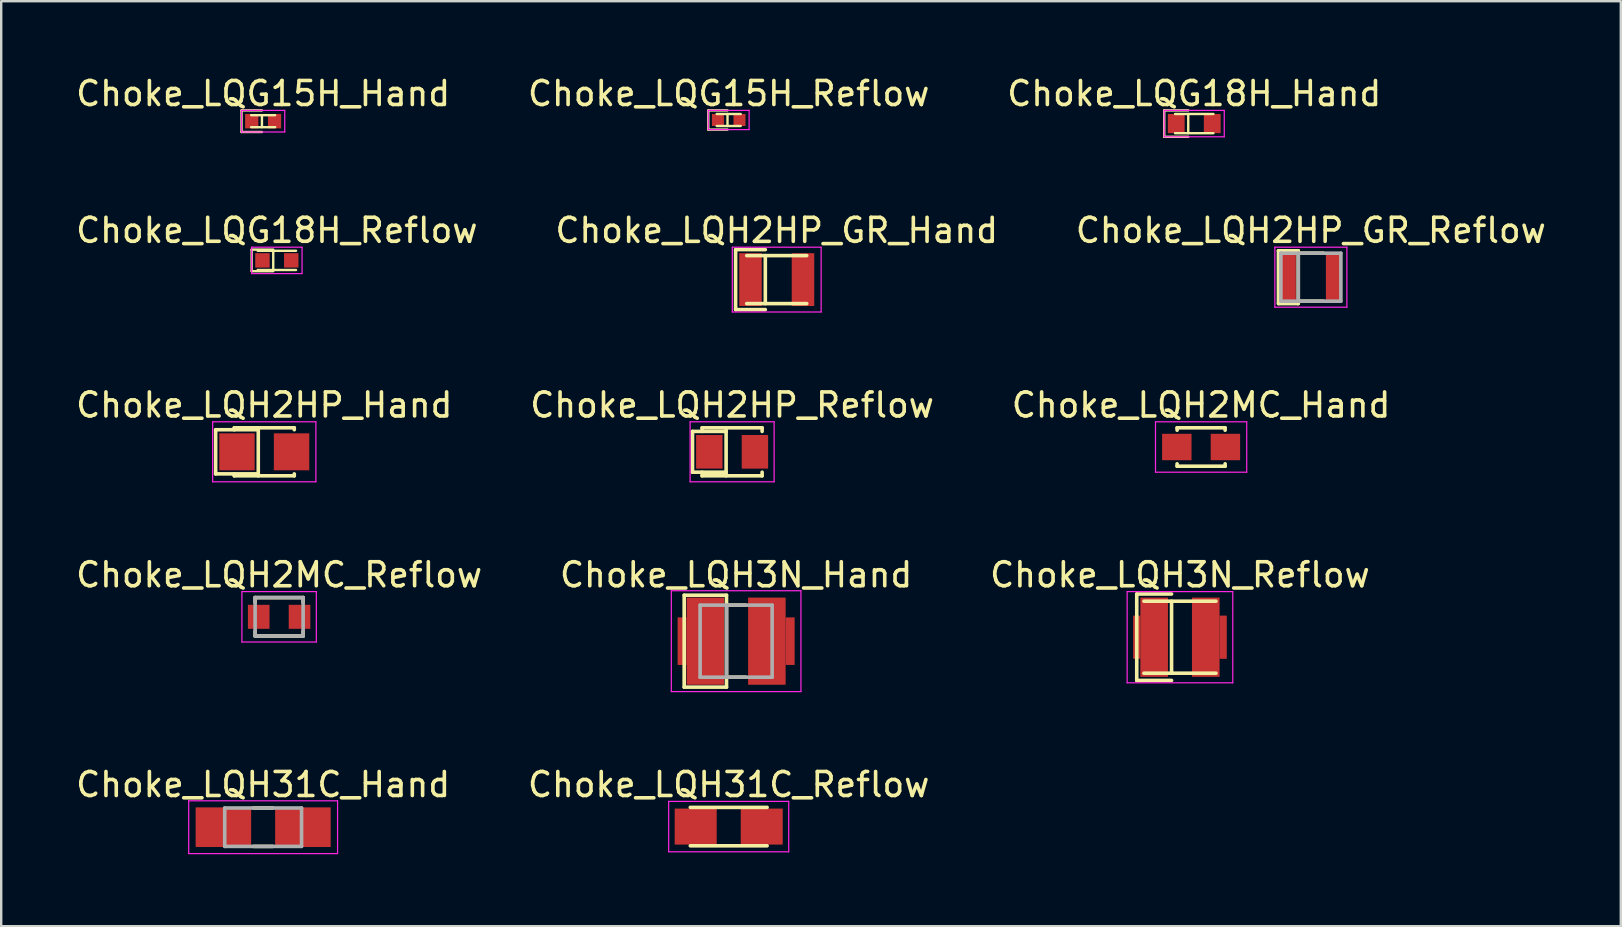
<source format=kicad_pcb>
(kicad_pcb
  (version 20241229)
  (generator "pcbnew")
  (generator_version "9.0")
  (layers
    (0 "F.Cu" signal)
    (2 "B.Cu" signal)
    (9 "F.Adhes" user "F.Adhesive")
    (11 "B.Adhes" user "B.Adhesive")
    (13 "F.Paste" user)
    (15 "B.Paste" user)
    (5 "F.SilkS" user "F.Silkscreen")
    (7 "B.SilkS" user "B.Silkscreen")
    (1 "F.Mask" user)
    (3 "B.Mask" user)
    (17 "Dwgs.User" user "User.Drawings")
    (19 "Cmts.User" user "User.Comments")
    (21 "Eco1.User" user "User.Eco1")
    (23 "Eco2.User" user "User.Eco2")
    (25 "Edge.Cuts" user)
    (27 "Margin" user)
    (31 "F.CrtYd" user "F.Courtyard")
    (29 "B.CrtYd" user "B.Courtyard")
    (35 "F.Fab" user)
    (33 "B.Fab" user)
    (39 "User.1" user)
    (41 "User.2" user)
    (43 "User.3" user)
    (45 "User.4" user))
  (footprint "Choke_LQH2MC_Reflow"
    (layer "F.Cu")
    (at 8.577 22.643)
    (property "Reference" "Choke_LQH2MC_Reflow" (at 0 -1.75 0) (layer "F.SilkS") (effects (font (size 1 1) (thickness 0.15))))
    (attr smd)
    (fp_line (start -1 -0.8) (end -1 -0.6) (stroke (width 0.15) (type solid)) (layer "F.SilkS"))
    (fp_line (start -1 -0.8) (end 1 -0.8) (stroke (width 0.15) (type solid)) (layer "F.SilkS"))
    (fp_line (start -1 0.6) (end -1 0.8) (stroke (width 0.15) (type solid)) (layer "F.SilkS"))
    (fp_line (start -1 0.8) (end 1 0.8) (stroke (width 0.15) (type solid)) (layer "F.SilkS"))
    (fp_line (start 1 -0.8) (end 1 -0.6) (stroke (width 0.15) (type solid)) (layer "F.SilkS"))
    (fp_line (start 1 0.6) (end 1 0.8) (stroke (width 0.15) (type solid)) (layer "F.SilkS"))
    (fp_line (start -1.55 -1.05) (end -1.55 1.05) (stroke (width 0.05) (type solid)) (layer "F.CrtYd"))
    (fp_line (start -1.55 -1.05) (end 1.55 -1.05) (stroke (width 0.05) (type solid)) (layer "F.CrtYd"))
    (fp_line (start -1.55 1.05) (end 1.55 1.05) (stroke (width 0.05) (type solid)) (layer "F.CrtYd"))
    (fp_line (start 1.55 -1.05) (end 1.55 1.05) (stroke (width 0.05) (type solid)) (layer "F.CrtYd"))
    (fp_line (start -1 -0.8) (end -1 0.8) (stroke (width 0.15) (type solid)) (layer "F.Fab"))
    (fp_line (start -1 -0.8) (end 1 -0.8) (stroke (width 0.15) (type solid)) (layer "F.Fab"))
    (fp_line (start -1 0.8) (end 1 0.8) (stroke (width 0.15) (type solid)) (layer "F.Fab"))
    (fp_line (start 1 -0.8) (end 1 0.8) (stroke (width 0.15) (type solid)) (layer "F.Fab"))
    (pad "1" smd rect (at -0.85 0) (size 0.9 1) (layers "F.Cu" "F.Mask" "F.Paste"))
    (pad "2" smd rect (at 0.85 0) (size 0.9 1) (layers "F.Cu" "F.Mask" "F.Paste")))
  (footprint "Choke_LQH2HP_GR_Hand"
    (layer "F.Cu")
    (at 29.304 8.597)
    (property "Reference" "Choke_LQH2HP_GR_Hand" (at 0 -2.05 0) (layer "F.SilkS") (effects (font (size 1 1) (thickness 0.15))))
    (attr smd)
    (fp_line (start -1.712 -1.25) (end -0.475 -1.25) (stroke (width 0.15) (type solid)) (layer "F.SilkS"))
    (fp_line (start -1.712 1.25) (end -1.712 -1.25) (stroke (width 0.15) (type solid)) (layer "F.SilkS"))
    (fp_line (start -1.712 1.25) (end -0.475 1.25) (stroke (width 0.15) (type solid)) (layer "F.SilkS"))
    (fp_line (start -1.25 -1) (end 1.25 -1) (stroke (width 0.15) (type solid)) (layer "F.SilkS"))
    (fp_line (start -1.25 1) (end 1.25 1) (stroke (width 0.15) (type solid)) (layer "F.SilkS"))
    (fp_line (start -0.475 -1) (end -0.475 1) (stroke (width 0.15) (type solid)) (layer "F.SilkS"))
    (fp_line (start -1.85 -1.35) (end -1.85 1.35) (stroke (width 0.05) (type solid)) (layer "F.CrtYd"))
    (fp_line (start -1.85 -1.35) (end 1.85 -1.35) (stroke (width 0.05) (type solid)) (layer "F.CrtYd"))
    (fp_line (start -1.85 1.35) (end 1.85 1.35) (stroke (width 0.05) (type solid)) (layer "F.CrtYd"))
    (fp_line (start 1.85 -1.35) (end 1.85 1.35) (stroke (width 0.05) (type solid)) (layer "F.CrtYd"))
    (pad "1" smd rect (at -1.094 0) (size 0.938 2.2) (layers "F.Cu" "F.Mask" "F.Paste"))
    (pad "2" smd rect (at 1.094 0) (size 0.938 2.2) (layers "F.Cu" "F.Mask" "F.Paste")))
  (footprint "Choke_LQH3N_Reflow"
    (layer "F.Cu")
    (at 46.101 23.493)
    (property "Reference" "Choke_LQH3N_Reflow" (at 0 -2.6 0) (layer "F.SilkS") (effects (font (size 1 1) (thickness 0.15))))
    (attr smd)
    (fp_line (start -1.8 -1.8) (end -0.35 -1.8) (stroke (width 0.15) (type solid)) (layer "F.SilkS"))
    (fp_line (start -1.8 1.8) (end -1.8 -1.8) (stroke (width 0.15) (type solid)) (layer "F.SilkS"))
    (fp_line (start -1.8 1.8) (end -0.35 1.8) (stroke (width 0.15) (type solid)) (layer "F.SilkS"))
    (fp_line (start -1.5 -1.5) (end 1.5 -1.5) (stroke (width 0.15) (type solid)) (layer "F.SilkS"))
    (fp_line (start -1.5 1.5) (end 1.5 1.5) (stroke (width 0.15) (type solid)) (layer "F.SilkS"))
    (fp_line (start -0.35 -1.5) (end -0.35 1.5) (stroke (width 0.15) (type solid)) (layer "F.SilkS"))
    (fp_line (start -2.2 -1.9) (end -2.2 1.9) (stroke (width 0.05) (type solid)) (layer "F.CrtYd"))
    (fp_line (start -2.2 -1.9) (end 2.2 -1.9) (stroke (width 0.05) (type solid)) (layer "F.CrtYd"))
    (fp_line (start -2.2 1.9) (end 2.2 1.9) (stroke (width 0.05) (type solid)) (layer "F.CrtYd"))
    (fp_line (start 2.2 -1.9) (end 2.2 1.9) (stroke (width 0.05) (type solid)) (layer "F.CrtYd"))
    (pad "1" smd rect (at -1.8 0) (size 0.3 1.8) (layers "F.Cu" "F.Mask" "F.Paste"))
    (pad "1" smd rect (at -1.075 0) (size 1.15 3.3) (layers "F.Cu" "F.Mask" "F.Paste"))
    (pad "2" smd rect (at 1.075 0) (size 1.15 3.3) (layers "F.Cu" "F.Mask" "F.Paste"))
    (pad "2" smd rect (at 1.8 0) (size 0.3 1.8) (layers "F.Cu" "F.Mask" "F.Paste")))
  (footprint "Choke_LQH3N_Hand"
    (layer "F.Cu")
    (at 27.613 23.658)
    (property "Reference" "Choke_LQH3N_Hand" (at 0 -2.765 0) (layer "F.SilkS") (effects (font (size 1 1) (thickness 0.15))))
    (attr smd)
    (fp_line (start -2.163 -1.915) (end -0.4 -1.915) (stroke (width 0.15) (type solid)) (layer "F.SilkS"))
    (fp_line (start -2.163 1.915) (end -2.163 -1.915) (stroke (width 0.15) (type solid)) (layer "F.SilkS"))
    (fp_line (start -2.163 1.915) (end -0.4 1.915) (stroke (width 0.15) (type solid)) (layer "F.SilkS"))
    (fp_line (start -0.4 -1.915) (end -0.4 1.915) (stroke (width 0.15) (type solid)) (layer "F.SilkS"))
    (fp_line (start -0.4 -1.5) (end 0.4 -1.5) (stroke (width 0.15) (type solid)) (layer "F.SilkS"))
    (fp_line (start -0.4 1.5) (end 0.4 1.5) (stroke (width 0.15) (type solid)) (layer "F.SilkS"))
    (fp_line (start -2.7 -2.1) (end -2.7 2.1) (stroke (width 0.05) (type solid)) (layer "F.CrtYd"))
    (fp_line (start -2.7 -2.1) (end 2.7 -2.1) (stroke (width 0.05) (type solid)) (layer "F.CrtYd"))
    (fp_line (start -2.7 2.1) (end 2.7 2.1) (stroke (width 0.05) (type solid)) (layer "F.CrtYd"))
    (fp_line (start 2.7 -2.1) (end 2.7 2.1) (stroke (width 0.05) (type solid)) (layer "F.CrtYd"))
    (fp_line (start -1.5 -1.5) (end -1.5 1.5) (stroke (width 0.15) (type solid)) (layer "F.Fab"))
    (fp_line (start -1.5 -1.5) (end 1.5 -1.5) (stroke (width 0.15) (type solid)) (layer "F.Fab"))
    (fp_line (start -1.5 1.5) (end 1.5 1.5) (stroke (width 0.15) (type solid)) (layer "F.Fab"))
    (fp_line (start -0.4 -1.5) (end -0.4 1.5) (stroke (width 0.15) (type solid)) (layer "F.Fab"))
    (fp_line (start 1.5 -1.5) (end 1.5 1.5) (stroke (width 0.15) (type solid)) (layer "F.Fab"))
    (pad "1" smd rect (at -2.25 0) (size 0.375 1.98) (layers "F.Cu" "F.Mask" "F.Paste"))
    (pad "1" smd rect (at -1.281 0) (size 1.562 3.63) (layers "F.Cu" "F.Mask" "F.Paste"))
    (pad "2" smd rect (at 1.281 0) (size 1.562 3.63) (layers "F.Cu" "F.Mask" "F.Paste"))
    (pad "2" smd rect (at 2.25 0) (size 0.375 1.98) (layers "F.Cu" "F.Mask" "F.Paste")))
  (footprint "Choke_LQG18H_Hand"
    (layer "F.Cu")
    (at 46.696 2.098)
    (property "Reference" "Choke_LQG18H_Hand" (at 0 -1.25 0) (layer "F.SilkS") (effects (font (size 1 1) (thickness 0.15))))
    (attr smd)
    (fp_line (start -1.25 -0.55) (end -0.25 -0.55) (stroke (width 0.1) (type solid)) (layer "F.SilkS"))
    (fp_line (start -1.25 0.55) (end -1.25 -0.55) (stroke (width 0.1) (type solid)) (layer "F.SilkS"))
    (fp_line (start -1.25 0.55) (end -0.25 0.55) (stroke (width 0.1) (type solid)) (layer "F.SilkS"))
    (fp_line (start -0.8 -0.4) (end 0.8 -0.4) (stroke (width 0.1) (type solid)) (layer "F.SilkS"))
    (fp_line (start -0.8 0.4) (end 0.8 0.4) (stroke (width 0.1) (type solid)) (layer "F.SilkS"))
    (fp_line (start -0.25 -0.4) (end -0.25 0.4) (stroke (width 0.1) (type solid)) (layer "F.SilkS"))
    (fp_line (start -1.25 -0.55) (end -1.25 0.55) (stroke (width 0.05) (type solid)) (layer "F.CrtYd"))
    (fp_line (start -1.25 -0.55) (end 1.25 -0.55) (stroke (width 0.05) (type solid)) (layer "F.CrtYd"))
    (fp_line (start -1.25 0.55) (end 1.25 0.55) (stroke (width 0.05) (type solid)) (layer "F.CrtYd"))
    (fp_line (start 1.25 -0.55) (end 1.25 0.55) (stroke (width 0.05) (type solid)) (layer "F.CrtYd"))
    (pad "1" smd rect (at -0.75 0) (size 0.7 0.8) (layers "F.Cu" "F.Mask" "F.Paste"))
    (pad "2" smd rect (at 0.75 0) (size 0.7 0.8) (layers "F.Cu" "F.Mask" "F.Paste")))
  (footprint "Choke_LQH2HP_Reflow"
    (layer "F.Cu")
    (at 27.446 15.77)
    (property "Reference" "Choke_LQH2HP_Reflow" (at 0 -1.95 0) (layer "F.SilkS") (effects (font (size 1 1) (thickness 0.15))))
    (attr smd)
    (fp_line (start -1.65 -0.85) (end -0.25 -0.85) (stroke (width 0.15) (type solid)) (layer "F.SilkS"))
    (fp_line (start -1.65 0.85) (end -1.65 -0.85) (stroke (width 0.15) (type solid)) (layer "F.SilkS"))
    (fp_line (start -1.65 0.85) (end -0.25 0.85) (stroke (width 0.15) (type solid)) (layer "F.SilkS"))
    (fp_line (start -1.25 -1) (end -1.25 -0.85) (stroke (width 0.15) (type solid)) (layer "F.SilkS"))
    (fp_line (start -1.25 -1) (end 1.25 -1) (stroke (width 0.15) (type solid)) (layer "F.SilkS"))
    (fp_line (start -1.25 0.85) (end -1.25 1) (stroke (width 0.15) (type solid)) (layer "F.SilkS"))
    (fp_line (start -1.25 1) (end 1.25 1) (stroke (width 0.15) (type solid)) (layer "F.SilkS"))
    (fp_line (start -0.25 -1) (end -0.25 1) (stroke (width 0.15) (type solid)) (layer "F.SilkS"))
    (fp_line (start 1.25 -1) (end 1.25 -0.85) (stroke (width 0.15) (type solid)) (layer "F.SilkS"))
    (fp_line (start 1.25 0.85) (end 1.25 1) (stroke (width 0.15) (type solid)) (layer "F.SilkS"))
    (fp_line (start -1.75 -1.25) (end -1.75 1.25) (stroke (width 0.05) (type solid)) (layer "F.CrtYd"))
    (fp_line (start -1.75 -1.25) (end 1.75 -1.25) (stroke (width 0.05) (type solid)) (layer "F.CrtYd"))
    (fp_line (start -1.75 1.25) (end 1.75 1.25) (stroke (width 0.05) (type solid)) (layer "F.CrtYd"))
    (fp_line (start 1.75 -1.25) (end 1.75 1.25) (stroke (width 0.05) (type solid)) (layer "F.CrtYd"))
    (pad "1" smd rect (at -0.95 0) (size 1.1 1.4) (layers "F.Cu" "F.Mask" "F.Paste"))
    (pad "2" smd rect (at 0.95 0) (size 1.1 1.4) (layers "F.Cu" "F.Mask" "F.Paste")))
  (footprint "Choke_LQH31C_Reflow"
    (layer "F.Cu")
    (at 27.304 31.381)
    (property "Reference" "Choke_LQH31C_Reflow" (at 0 -1.75 0) (layer "F.SilkS") (effects (font (size 1 1) (thickness 0.15))))
    (attr smd)
    (fp_line (start -1.6 -0.8) (end 1.6 -0.8) (stroke (width 0.15) (type solid)) (layer "F.SilkS"))
    (fp_line (start -1.6 0.8) (end 1.6 0.8) (stroke (width 0.15) (type solid)) (layer "F.SilkS"))
    (fp_line (start -2.5 -1.05) (end -2.5 1.05) (stroke (width 0.05) (type solid)) (layer "F.CrtYd"))
    (fp_line (start -2.5 -1.05) (end 2.5 -1.05) (stroke (width 0.05) (type solid)) (layer "F.CrtYd"))
    (fp_line (start -2.5 1.05) (end 2.5 1.05) (stroke (width 0.05) (type solid)) (layer "F.CrtYd"))
    (fp_line (start 2.5 -1.05) (end 2.5 1.05) (stroke (width 0.05) (type solid)) (layer "F.CrtYd"))
    (pad "1" smd rect (at -1.375 0) (size 1.75 1.5) (layers "F.Cu" "F.Mask" "F.Paste"))
    (pad "2" smd rect (at 1.375 0) (size 1.75 1.5) (layers "F.Cu" "F.Mask" "F.Paste")))
  (footprint "Choke_LQH31C_Hand"
    (layer "F.Cu")
    (at 7.911 31.406)
    (property "Reference" "Choke_LQH31C_Hand" (at 0 -1.775 0) (layer "F.SilkS") (effects (font (size 1 1) (thickness 0.15))))
    (attr smd)
    (fp_line (start -0.4 -0.8) (end 0.4 -0.8) (stroke (width 0.15) (type solid)) (layer "F.SilkS"))
    (fp_line (start -0.4 0.8) (end 0.4 0.8) (stroke (width 0.15) (type solid)) (layer "F.SilkS"))
    (fp_line (start -3.1 -1.1) (end -3.1 1.1) (stroke (width 0.05) (type solid)) (layer "F.CrtYd"))
    (fp_line (start -3.1 -1.1) (end 3.1 -1.1) (stroke (width 0.05) (type solid)) (layer "F.CrtYd"))
    (fp_line (start -3.1 1.1) (end 3.1 1.1) (stroke (width 0.05) (type solid)) (layer "F.CrtYd"))
    (fp_line (start 3.1 -1.1) (end 3.1 1.1) (stroke (width 0.05) (type solid)) (layer "F.CrtYd"))
    (fp_line (start -1.6 -0.8) (end -1.6 0.8) (stroke (width 0.15) (type solid)) (layer "F.Fab"))
    (fp_line (start -1.6 -0.8) (end 1.6 -0.8) (stroke (width 0.15) (type solid)) (layer "F.Fab"))
    (fp_line (start -1.6 0.8) (end 1.6 0.8) (stroke (width 0.15) (type solid)) (layer "F.Fab"))
    (fp_line (start 1.6 -0.8) (end 1.6 0.8) (stroke (width 0.15) (type solid)) (layer "F.Fab"))
    (pad "1" smd rect (at -1.656 0) (size 2.312 1.65) (layers "F.Cu" "F.Mask" "F.Paste"))
    (pad "2" smd rect (at 1.656 0) (size 2.312 1.65) (layers "F.Cu" "F.Mask" "F.Paste")))
  (footprint "Choke_LQH2MC_Hand"
    (layer "F.Cu")
    (at 46.982 15.57)
    (property "Reference" "Choke_LQH2MC_Hand" (at 0 -1.75 0) (layer "F.SilkS") (effects (font (size 1 1) (thickness 0.15))))
    (attr smd)
    (fp_line (start -1 -0.8) (end -1 -0.7) (stroke (width 0.15) (type solid)) (layer "F.SilkS"))
    (fp_line (start -1 -0.8) (end 1 -0.8) (stroke (width 0.15) (type solid)) (layer "F.SilkS"))
    (fp_line (start -1 0.7) (end -1 0.8) (stroke (width 0.15) (type solid)) (layer "F.SilkS"))
    (fp_line (start -1 0.8) (end 1 0.8) (stroke (width 0.15) (type solid)) (layer "F.SilkS"))
    (fp_line (start 1 -0.8) (end 1 -0.7) (stroke (width 0.15) (type solid)) (layer "F.SilkS"))
    (fp_line (start 1 0.7) (end 1 0.8) (stroke (width 0.15) (type solid)) (layer "F.SilkS"))
    (fp_line (start -1.9 -1.05) (end -1.9 1.05) (stroke (width 0.05) (type solid)) (layer "F.CrtYd"))
    (fp_line (start -1.9 -1.05) (end 1.9 -1.05) (stroke (width 0.05) (type solid)) (layer "F.CrtYd"))
    (fp_line (start -1.9 1.05) (end 1.9 1.05) (stroke (width 0.05) (type solid)) (layer "F.CrtYd"))
    (fp_line (start 1.9 -1.05) (end 1.9 1.05) (stroke (width 0.05) (type solid)) (layer "F.CrtYd"))
    (pad "1" smd rect (at -1.012 0) (size 1.225 1.1) (layers "F.Cu" "F.Mask" "F.Paste"))
    (pad "2" smd rect (at 1.012 0) (size 1.225 1.1) (layers "F.Cu" "F.Mask" "F.Paste")))
  (footprint "Choke_LQG15H_Reflow"
    (layer "F.Cu")
    (at 27.304 1.948)
    (property "Reference" "Choke_LQG15H_Reflow" (at 0 -1.1 0) (layer "F.SilkS") (effects (font (size 1 1) (thickness 0.15))))
    (attr smd)
    (fp_line (start -0.85 -0.4) (end -0.05 -0.4) (stroke (width 0.1) (type solid)) (layer "F.SilkS"))
    (fp_line (start -0.85 0.4) (end -0.85 -0.4) (stroke (width 0.1) (type solid)) (layer "F.SilkS"))
    (fp_line (start -0.85 0.4) (end -0.05 0.4) (stroke (width 0.1) (type solid)) (layer "F.SilkS"))
    (fp_line (start -0.5 -0.25) (end 0.5 -0.25) (stroke (width 0.1) (type solid)) (layer "F.SilkS"))
    (fp_line (start -0.5 0.25) (end 0.5 0.25) (stroke (width 0.1) (type solid)) (layer "F.SilkS"))
    (fp_line (start -0.05 -0.25) (end -0.05 0.25) (stroke (width 0.1) (type solid)) (layer "F.SilkS"))
    (fp_line (start -0.85 -0.4) (end -0.85 0.4) (stroke (width 0.05) (type solid)) (layer "F.CrtYd"))
    (fp_line (start -0.85 -0.4) (end 0.85 -0.4) (stroke (width 0.05) (type solid)) (layer "F.CrtYd"))
    (fp_line (start -0.85 0.4) (end 0.85 0.4) (stroke (width 0.05) (type solid)) (layer "F.CrtYd"))
    (fp_line (start 0.85 -0.4) (end 0.85 0.4) (stroke (width 0.05) (type solid)) (layer "F.CrtYd"))
    (pad "1" smd rect (at -0.45 0) (size 0.5 0.5) (layers "F.Cu" "F.Mask" "F.Paste"))
    (pad "2" smd rect (at 0.45 0) (size 0.5 0.5) (layers "F.Cu" "F.Mask" "F.Paste")))
  (footprint "Choke_LQG15H_Hand"
    (layer "F.Cu")
    (at 7.911 1.998)
    (property "Reference" "Choke_LQG15H_Hand" (at 0 -1.15 0) (layer "F.SilkS") (effects (font (size 1 1) (thickness 0.15))))
    (attr smd)
    (fp_line (start -0.9 -0.45) (end -0.05 -0.45) (stroke (width 0.1) (type solid)) (layer "F.SilkS"))
    (fp_line (start -0.9 0.45) (end -0.9 -0.45) (stroke (width 0.1) (type solid)) (layer "F.SilkS"))
    (fp_line (start -0.9 0.45) (end -0.05 0.45) (stroke (width 0.1) (type solid)) (layer "F.SilkS"))
    (fp_line (start -0.5 -0.25) (end 0.5 -0.25) (stroke (width 0.1) (type solid)) (layer "F.SilkS"))
    (fp_line (start -0.5 0.25) (end 0.5 0.25) (stroke (width 0.1) (type solid)) (layer "F.SilkS"))
    (fp_line (start -0.05 -0.25) (end -0.05 0.25) (stroke (width 0.1) (type solid)) (layer "F.SilkS"))
    (fp_line (start -0.9 -0.45) (end -0.9 0.45) (stroke (width 0.05) (type solid)) (layer "F.CrtYd"))
    (fp_line (start -0.9 -0.45) (end 0.9 -0.45) (stroke (width 0.05) (type solid)) (layer "F.CrtYd"))
    (fp_line (start -0.9 0.45) (end 0.9 0.45) (stroke (width 0.05) (type solid)) (layer "F.CrtYd"))
    (fp_line (start 0.9 -0.45) (end 0.9 0.45) (stroke (width 0.05) (type solid)) (layer "F.CrtYd"))
    (pad "1" smd rect (at -0.475 0) (size 0.55 0.6) (layers "F.Cu" "F.Mask" "F.Paste"))
    (pad "2" smd rect (at 0.475 0) (size 0.55 0.6) (layers "F.Cu" "F.Mask" "F.Paste")))
  (footprint "Choke_LQH2HP_GR_Reflow"
    (layer "F.Cu")
    (at 51.554 8.496)
    (property "Reference" "Choke_LQH2HP_GR_Reflow" (at 0 -1.95 0) (layer "F.SilkS") (effects (font (size 1 1) (thickness 0.15))))
    (attr smd)
    (fp_line (start -1.35 -1.1) (end -0.525 -1.1) (stroke (width 0.15) (type solid)) (layer "F.SilkS"))
    (fp_line (start -1.35 1.1) (end -1.35 -1.1) (stroke (width 0.15) (type solid)) (layer "F.SilkS"))
    (fp_line (start -1.35 1.1) (end -0.525 1.1) (stroke (width 0.15) (type solid)) (layer "F.SilkS"))
    (fp_line (start -0.525 -1.1) (end -0.525 1.1) (stroke (width 0.15) (type solid)) (layer "F.SilkS"))
    (fp_line (start -0.525 -1) (end 0.525 -1) (stroke (width 0.15) (type solid)) (layer "F.SilkS"))
    (fp_line (start -0.525 1) (end 0.525 1) (stroke (width 0.15) (type solid)) (layer "F.SilkS"))
    (fp_line (start -1.5 -1.25) (end -1.5 1.25) (stroke (width 0.05) (type solid)) (layer "F.CrtYd"))
    (fp_line (start -1.5 -1.25) (end 1.5 -1.25) (stroke (width 0.05) (type solid)) (layer "F.CrtYd"))
    (fp_line (start -1.5 1.25) (end 1.5 1.25) (stroke (width 0.05) (type solid)) (layer "F.CrtYd"))
    (fp_line (start 1.5 -1.25) (end 1.5 1.25) (stroke (width 0.05) (type solid)) (layer "F.CrtYd"))
    (fp_line (start -1.25 -1) (end -1.25 1) (stroke (width 0.15) (type solid)) (layer "F.Fab"))
    (fp_line (start -1.25 -1) (end 1.25 -1) (stroke (width 0.15) (type solid)) (layer "F.Fab"))
    (fp_line (start -1.25 1) (end 1.25 1) (stroke (width 0.15) (type solid)) (layer "F.Fab"))
    (fp_line (start -0.525 -1) (end -0.525 1) (stroke (width 0.15) (type solid)) (layer "F.Fab"))
    (fp_line (start 1.25 -1) (end 1.25 1) (stroke (width 0.15) (type solid)) (layer "F.Fab"))
    (pad "1" smd rect (at -0.938 0) (size 0.625 2) (layers "F.Cu" "F.Mask" "F.Paste"))
    (pad "2" smd rect (at 0.938 0) (size 0.625 2) (layers "F.Cu" "F.Mask" "F.Paste")))
  (footprint "Choke_LQG18H_Reflow"
    (layer "F.Cu")
    (at 8.482 7.796)
    (property "Reference" "Choke_LQG18H_Reflow" (at 0 -1.25 0) (layer "F.SilkS") (effects (font (size 1 1) (thickness 0.15))))
    (attr smd)
    (fp_line (start -1.05 -0.45) (end -0.15 -0.45) (stroke (width 0.1) (type solid)) (layer "F.SilkS"))
    (fp_line (start -1.05 0.45) (end -1.05 -0.45) (stroke (width 0.1) (type solid)) (layer "F.SilkS"))
    (fp_line (start -1.05 0.45) (end -0.15 0.45) (stroke (width 0.1) (type solid)) (layer "F.SilkS"))
    (fp_line (start -0.8 -0.4) (end 0.8 -0.4) (stroke (width 0.1) (type solid)) (layer "F.SilkS"))
    (fp_line (start -0.8 0.4) (end 0.8 0.4) (stroke (width 0.1) (type solid)) (layer "F.SilkS"))
    (fp_line (start -0.15 -0.4) (end -0.15 0.4) (stroke (width 0.1) (type solid)) (layer "F.SilkS"))
    (fp_line (start -1.05 -0.55) (end -1.05 0.55) (stroke (width 0.05) (type solid)) (layer "F.CrtYd"))
    (fp_line (start -1.05 -0.55) (end 1.05 -0.55) (stroke (width 0.05) (type solid)) (layer "F.CrtYd"))
    (fp_line (start -1.05 0.55) (end 1.05 0.55) (stroke (width 0.05) (type solid)) (layer "F.CrtYd"))
    (fp_line (start 1.05 -0.55) (end 1.05 0.55) (stroke (width 0.05) (type solid)) (layer "F.CrtYd"))
    (pad "1" smd rect (at -0.6 0) (size 0.6 0.6) (layers "F.Cu" "F.Mask" "F.Paste"))
    (pad "2" smd rect (at 0.6 0) (size 0.6 0.6) (layers "F.Cu" "F.Mask" "F.Paste")))
  (footprint "Choke_LQH2HP_Hand"
    (layer "F.Cu")
    (at 7.958 15.77)
    (property "Reference" "Choke_LQH2HP_Hand" (at 0 -1.95 0) (layer "F.SilkS") (effects (font (size 1 1) (thickness 0.15))))
    (attr smd)
    (fp_line (start -2.025 -0.92) (end -0.25 -0.92) (stroke (width 0.15) (type solid)) (layer "F.SilkS"))
    (fp_line (start -2.025 0.92) (end -2.025 -0.92) (stroke (width 0.15) (type solid)) (layer "F.SilkS"))
    (fp_line (start -2.025 0.92) (end -0.25 0.92) (stroke (width 0.15) (type solid)) (layer "F.SilkS"))
    (fp_line (start -1.25 -1) (end -1.25 -0.92) (stroke (width 0.15) (type solid)) (layer "F.SilkS"))
    (fp_line (start -1.25 -1) (end 1.25 -1) (stroke (width 0.15) (type solid)) (layer "F.SilkS"))
    (fp_line (start -1.25 0.92) (end -1.25 1) (stroke (width 0.15) (type solid)) (layer "F.SilkS"))
    (fp_line (start -1.25 1) (end 1.25 1) (stroke (width 0.15) (type solid)) (layer "F.SilkS"))
    (fp_line (start -0.25 -1) (end -0.25 1) (stroke (width 0.15) (type solid)) (layer "F.SilkS"))
    (fp_line (start 1.25 -1) (end 1.25 -0.92) (stroke (width 0.15) (type solid)) (layer "F.SilkS"))
    (fp_line (start 1.25 0.92) (end 1.25 1) (stroke (width 0.15) (type solid)) (layer "F.SilkS"))
    (fp_line (start -2.15 -1.25) (end -2.15 1.25) (stroke (width 0.05) (type solid)) (layer "F.CrtYd"))
    (fp_line (start -2.15 -1.25) (end 2.15 -1.25) (stroke (width 0.05) (type solid)) (layer "F.CrtYd"))
    (fp_line (start -2.15 1.25) (end 2.15 1.25) (stroke (width 0.05) (type solid)) (layer "F.CrtYd"))
    (fp_line (start 2.15 -1.25) (end 2.15 1.25) (stroke (width 0.05) (type solid)) (layer "F.CrtYd"))
    (pad "1" smd rect (at -1.137 0) (size 1.475 1.54) (layers "F.Cu" "F.Mask" "F.Paste"))
    (pad "2" smd rect (at 1.137 0) (size 1.475 1.54) (layers "F.Cu" "F.Mask" "F.Paste")))
  (gr_rect
    (start -3 -3)
    (end 64.464 35.531)
    (stroke (width 0.1) (type default))
    (fill no)
    (layer "Edge.Cuts")))
</source>
